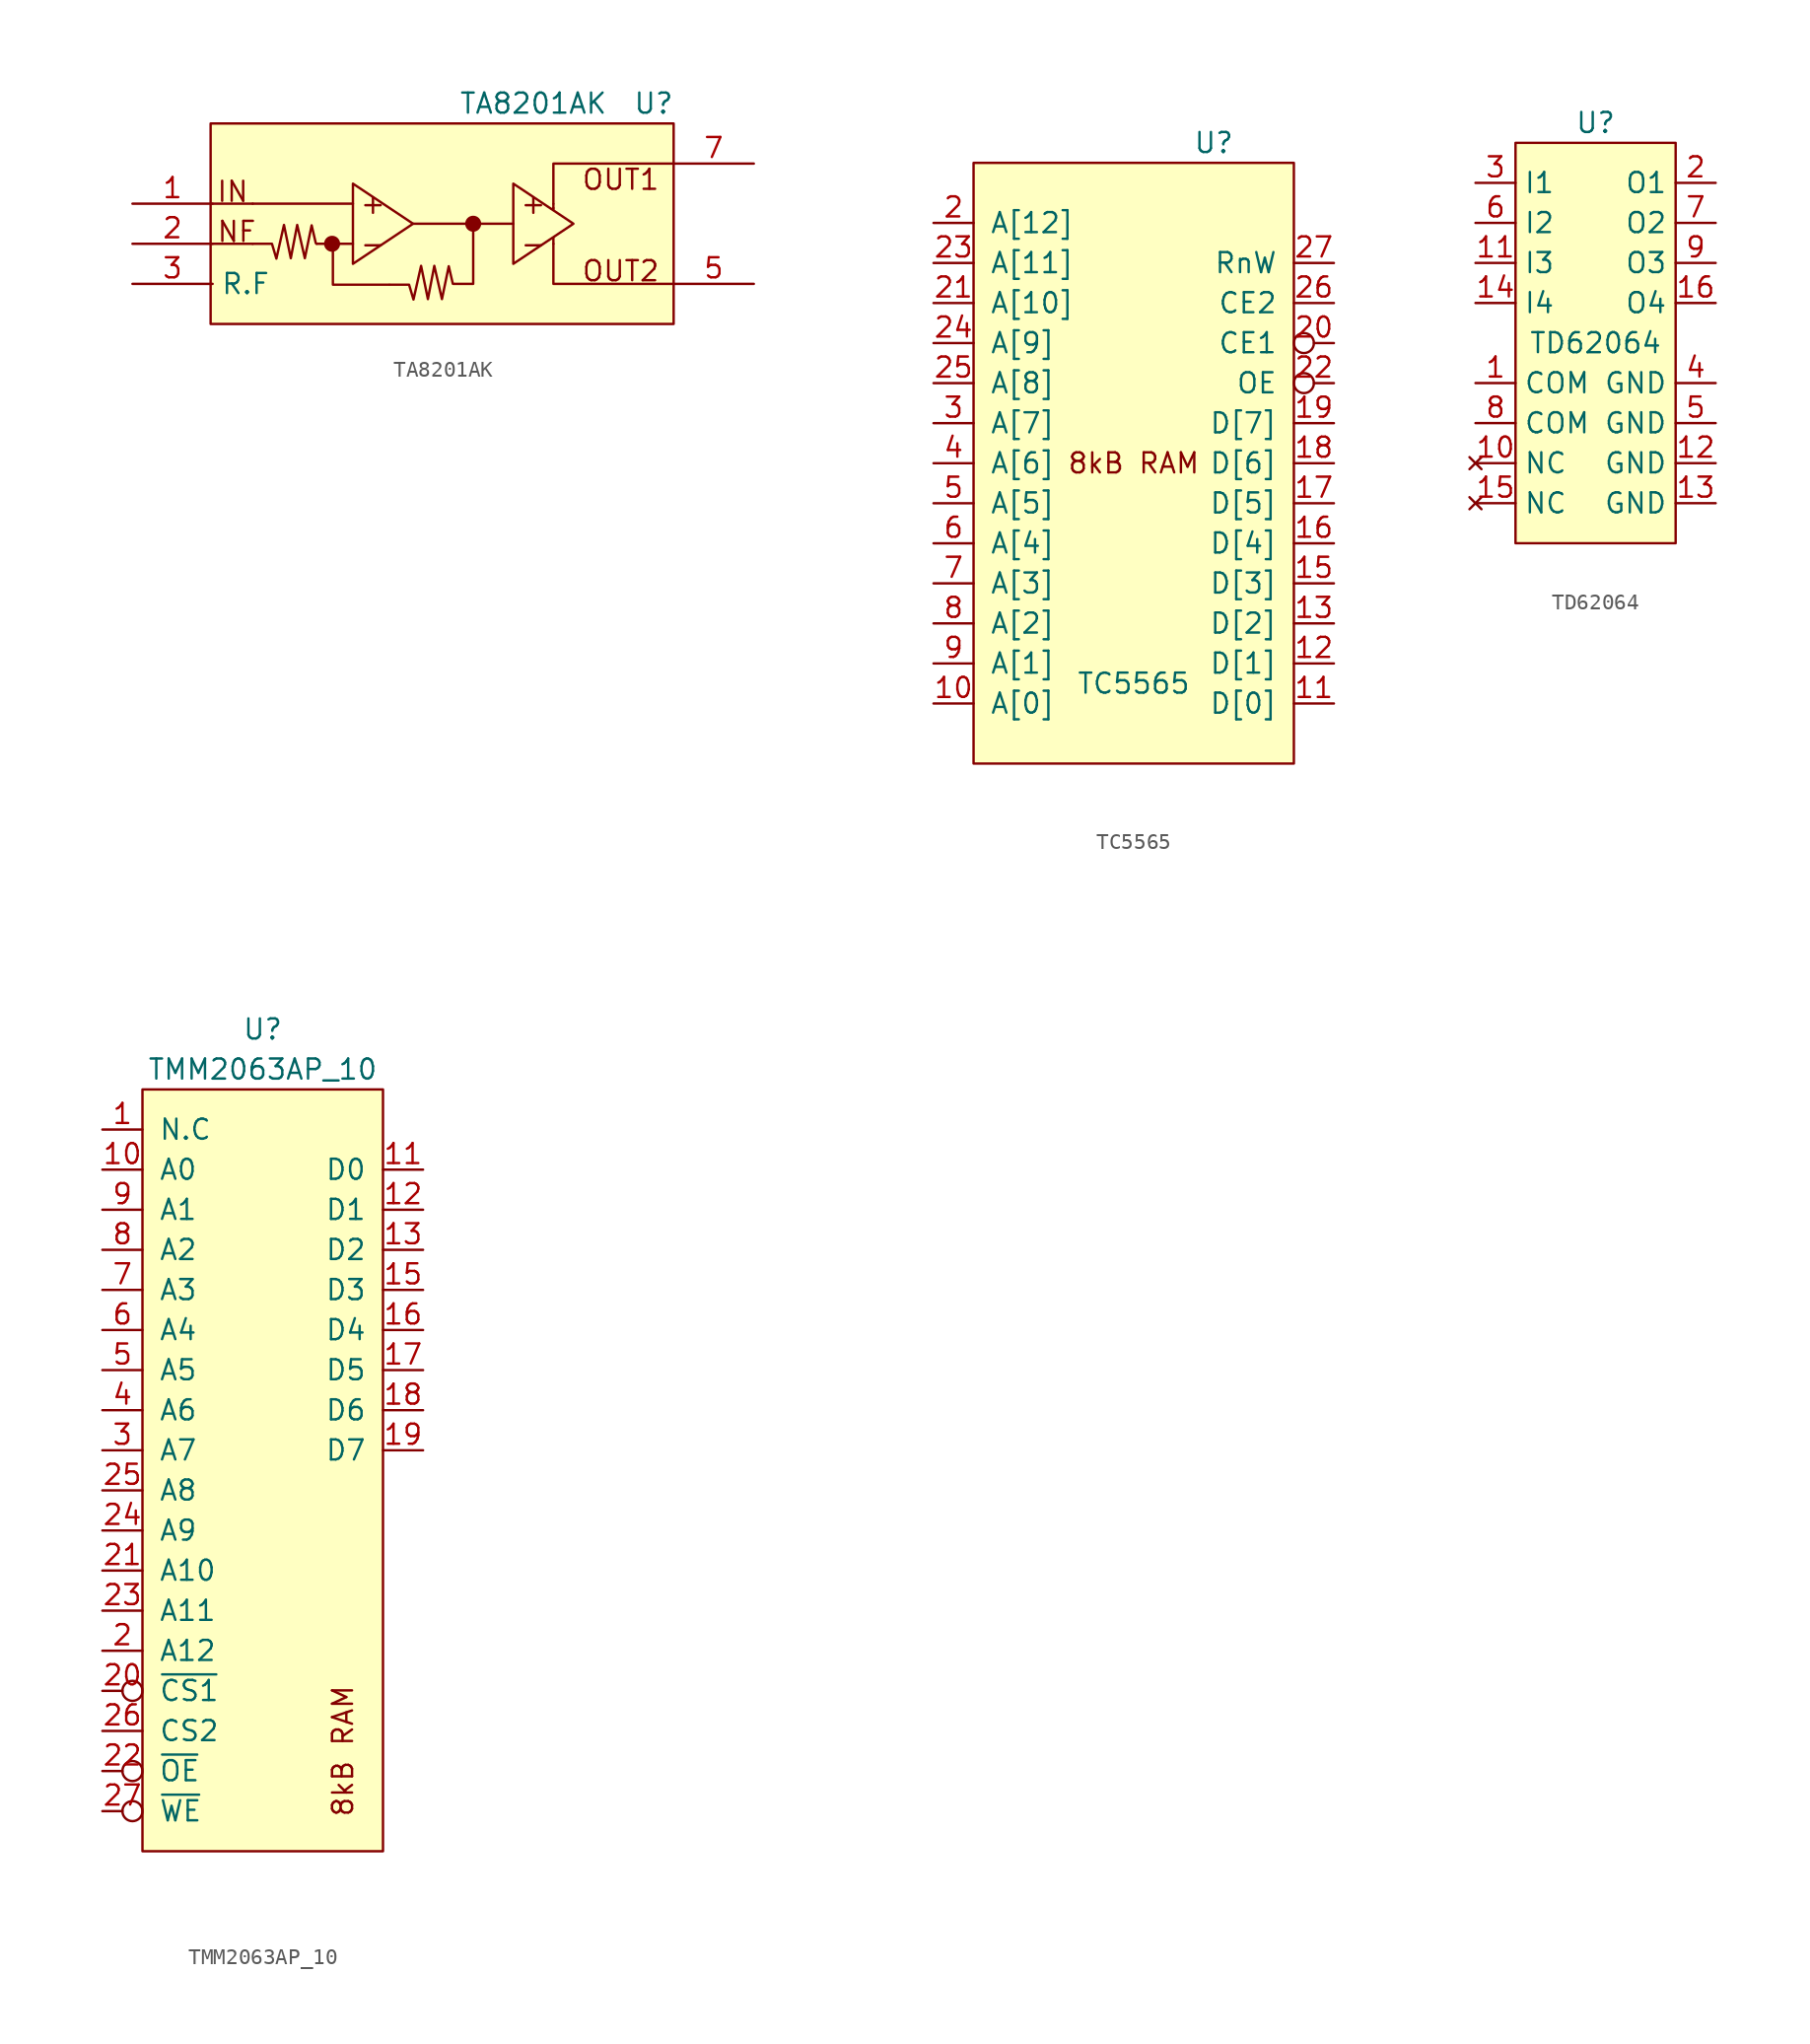
<source format=kicad_sym>
(kicad_symbol_lib
  (version 20211014)
  (generator kicad_symbol_editor)
  (symbol "TA8201AK"
    (property "Reference" "U"
      (at 13.97 7.62 0)
      (effects (font (size 1.27 1.27))))
    (property "Value" "TA8201AK"
      (at 6.35 7.62 0)
      (effects (font (size 1.27 1.27))))
    (symbol "TA8201AK_0_0"
      (circle (center -6.401 -1.27) (radius 0.0001) (stroke (width 0.508) (type default) (color 0 0 0 0)) (fill (type none)))
      (polyline (pts (xy -13.97 -1.27) (xy -11.43 -1.27)) (stroke (width 0.152) (type default) (color 0 0 0 0)) (fill (type none)))
      (polyline (pts (xy -7.391 -1.27) (xy -7.417 -1.245)) (stroke (width 0.152) (type default) (color 0 0 0 0)) (fill (type none)))
      (polyline (pts (xy -6.35 -1.27) (xy -7.366 -1.27)) (stroke (width 0.152) (type default) (color 0 0 0 0)) (fill (type none)))
      (polyline (pts (xy -5.08 -1.27) (xy -6.35 -1.27)) (stroke (width 0.152) (type default) (color 0 0 0 0)) (fill (type none)))
      (polyline (pts (xy 7.62 -1.27) (xy 7.62 -0.889)) (stroke (width 0.152) (type default) (color 0 0 0 0)) (fill (type none)))
      (polyline (pts (xy 7.62 0.991) (xy 7.62 0.889)) (stroke (width 0) (type default) (color 0 0 0 0)) (fill (type none)))
      (polyline (pts (xy 7.62 1.245) (xy 7.62 0.991)) (stroke (width 0) (type default) (color 0 0 0 0)) (fill (type none)))
      (polyline (pts (xy -6.35 -1.219) (xy -6.35 -3.861) (xy -2.794 -3.861)) (stroke (width 0.152) (type default) (color 0 0 0 0)) (fill (type none)))
      (polyline (pts (xy 2.54 0) (xy 2.54 -3.81) (xy 1.27 -3.81)) (stroke (width 0.152) (type default) (color 0 0 0 0)) (fill (type none)))
      (polyline (pts (xy 7.62 -1.27) (xy 7.62 -3.81) (xy 15.24 -3.81)) (stroke (width 0.152) (type default) (color 0 0 0 0)) (fill (type none)))
      (polyline (pts (xy 7.62 1.27) (xy 7.62 3.81) (xy 15.24 3.81)) (stroke (width 0.152) (type default) (color 0 0 0 0)) (fill (type none)))
      (polyline (pts (xy -11.43 -1.27) (xy -10.211 -1.27) (xy -9.931 -2.21) (xy -9.449 -0.076) (xy -9.017 -2.184) (xy -8.611 -0.076) (xy -8.128 -2.184) (xy -7.696 -0.102) (xy -7.442 -1.194)) (stroke (width 0) (type default) (color 0 0 0 0)) (fill (type none)))
      (polyline (pts (xy -2.743 -3.861) (xy -1.524 -3.861) (xy -1.245 -4.801) (xy -0.762 -2.667) (xy -0.33 -4.775) (xy 0.076 -2.667) (xy 0.559 -4.775) (xy 0.991 -2.692) (xy 1.245 -3.785)) (stroke (width 0) (type default) (color 0 0 0 0)) (fill (type none)))
      (circle (center 2.54 0) (radius 0.0001) (stroke (width 0.508) (type default) (color 0 0 0 0)) (fill (type none)))
      (text "+" (at -3.81 1.27 0) (effects (font (size 1.27 1.27))))
      (text "+" (at 6.35 1.27 0) (effects (font (size 1.27 1.27))))
      (text "-" (at -3.81 -1.27 0) (effects (font (size 1.27 1.27))))
      (text "-" (at 6.35 -1.27 0) (effects (font (size 1.27 1.27))))
      (text "IN" (at -12.7 2.032 0) (effects (font (size 1.27 1.27))))
      (text "NF" (at -12.446 -0.508 0) (effects (font (size 1.27 1.27))))
      (text "OUT1" (at 11.887 2.794 0) (effects (font (size 1.27 1.27))))
      (text "OUT2" (at 11.887 -2.997 0) (effects (font (size 1.27 1.27)))))
    (symbol "TA8201AK_0_1"
      (rectangle (start -14.097 6.35) (end 15.24 -6.35) (stroke (width 0) (type default) (color 0 0 0 0)) (fill (type background)))
      (polyline (pts (xy -11.43 1.27) (xy -13.97 1.27)) (stroke (width 0) (type default) (color 0 0 0 0)) (fill (type none)))
      (polyline (pts (xy -11.43 1.27) (xy -5.08 1.27)) (stroke (width 0) (type default) (color 0 0 0 0)) (fill (type none)))
      (polyline (pts (xy -1.27 0) (xy 5.08 0)) (stroke (width 0) (type default) (color 0 0 0 0)) (fill (type none)))
      (polyline (pts (xy -5.08 2.54) (xy -5.08 -2.54) (xy -1.27 0) (xy -5.08 2.54)) (stroke (width 0) (type default) (color 0 0 0 0)) (fill (type none)))
      (polyline (pts (xy 5.08 2.54) (xy 5.08 -2.54) (xy 8.89 0) (xy 5.08 2.54)) (stroke (width 0) (type default) (color 0 0 0 0)) (fill (type none))))
    (symbol "TA8201AK_1_1"
      (pin input line (at -19.05 1.27 0) (length 5.08) (name "~" (effects (font (size 1.27 1.27)))) (number "1" (effects (font (size 1.27 1.27)))))
      (pin input line (at -19.05 -1.27 0) (length 5.08) (name "~" (effects (font (size 1.27 1.27)))) (number "2" (effects (font (size 1.27 1.27)))))
      (pin passive line (at -19.05 -3.81 0) (length 5.08) (name "R.F" (effects (font (size 1.27 1.27)))) (number "3" (effects (font (size 1.27 1.27)))))
      (pin power_in line (at 0 -6.35 90) (length 2.54) hide (name "VSS" (effects (font (size 1.27 1.27)))) (number "4" (effects (font (size 1.27 1.27)))))
      (pin output line (at 20.32 -3.81 180) (length 5.08) (name "~" (effects (font (size 1.27 1.27)))) (number "5" (effects (font (size 1.27 1.27)))))
      (pin power_in line (at 0 6.35 270) (length 2.54) hide (name "VCC" (effects (font (size 1.27 1.27)))) (number "6" (effects (font (size 1.27 1.27)))))
      (pin output line (at 20.32 3.81 180) (length 5.08) (name "~" (effects (font (size 1.27 1.27)))) (number "7" (effects (font (size 1.27 1.27)))))))
  (symbol "TC5565"
    (pin_names
      (offset 1.016))
    (property "Reference" "U"
      (at 5.08 20.32 0)
      (effects (font (size 1.27 1.27))))
    (property "Value" "TC5565"
      (at 0 -13.97 0)
      (effects (font (size 1.27 1.27))))
    (symbol "TC5565_0_0"
      (text "8kB RAM" (at 0 0 0) (effects (font (size 1.27 1.27)))))
    (symbol "TC5565_0_1"
      (rectangle (start -10.16 19.05) (end 10.16 -19.05) (stroke (width 0) (type default) (color 0 0 0 0)) (fill (type background))))
    (symbol "TC5565_1_1"
      (pin input line (at -12.7 -15.24 0) (length 2.54) (name "A[0]" (effects (font (size 1.27 1.27)))) (number "10" (effects (font (size 1.27 1.27)))))
      (pin bidirectional line (at 12.7 -15.24 180) (length 2.54) (name "D[0]" (effects (font (size 1.27 1.27)))) (number "11" (effects (font (size 1.27 1.27)))))
      (pin bidirectional line (at 12.7 -12.7 180) (length 2.54) (name "D[1]" (effects (font (size 1.27 1.27)))) (number "12" (effects (font (size 1.27 1.27)))))
      (pin bidirectional line (at 12.7 -10.16 180) (length 2.54) (name "D[2]" (effects (font (size 1.27 1.27)))) (number "13" (effects (font (size 1.27 1.27)))))
      (pin bidirectional line (at 12.7 -7.62 180) (length 2.54) (name "D[3]" (effects (font (size 1.27 1.27)))) (number "15" (effects (font (size 1.27 1.27)))))
      (pin bidirectional line (at 12.7 -5.08 180) (length 2.54) (name "D[4]" (effects (font (size 1.27 1.27)))) (number "16" (effects (font (size 1.27 1.27)))))
      (pin bidirectional line (at 12.7 -2.54 180) (length 2.54) (name "D[5]" (effects (font (size 1.27 1.27)))) (number "17" (effects (font (size 1.27 1.27)))))
      (pin bidirectional line (at 12.7 0 180) (length 2.54) (name "D[6]" (effects (font (size 1.27 1.27)))) (number "18" (effects (font (size 1.27 1.27)))))
      (pin bidirectional line (at 12.7 2.54 180) (length 2.54) (name "D[7]" (effects (font (size 1.27 1.27)))) (number "19" (effects (font (size 1.27 1.27)))))
      (pin input line (at -12.7 15.24 0) (length 2.54) (name "A[12]" (effects (font (size 1.27 1.27)))) (number "2" (effects (font (size 1.27 1.27)))))
      (pin input inverted (at 12.7 7.62 180) (length 2.54) (name "CE1" (effects (font (size 1.27 1.27)))) (number "20" (effects (font (size 1.27 1.27)))))
      (pin input line (at -12.7 10.16 0) (length 2.54) (name "A[10]" (effects (font (size 1.27 1.27)))) (number "21" (effects (font (size 1.27 1.27)))))
      (pin input inverted (at 12.7 5.08 180) (length 2.54) (name "OE" (effects (font (size 1.27 1.27)))) (number "22" (effects (font (size 1.27 1.27)))))
      (pin input line (at -12.7 12.7 0) (length 2.54) (name "A[11]" (effects (font (size 1.27 1.27)))) (number "23" (effects (font (size 1.27 1.27)))))
      (pin input line (at -12.7 7.62 0) (length 2.54) (name "A[9]" (effects (font (size 1.27 1.27)))) (number "24" (effects (font (size 1.27 1.27)))))
      (pin input line (at -12.7 5.08 0) (length 2.54) (name "A[8]" (effects (font (size 1.27 1.27)))) (number "25" (effects (font (size 1.27 1.27)))))
      (pin input line (at 12.7 10.16 180) (length 2.54) (name "CE2" (effects (font (size 1.27 1.27)))) (number "26" (effects (font (size 1.27 1.27)))))
      (pin input line (at 12.7 12.7 180) (length 2.54) (name "RnW" (effects (font (size 1.27 1.27)))) (number "27" (effects (font (size 1.27 1.27)))))
      (pin input line (at -12.7 2.54 0) (length 2.54) (name "A[7]" (effects (font (size 1.27 1.27)))) (number "3" (effects (font (size 1.27 1.27)))))
      (pin input line (at -12.7 0 0) (length 2.54) (name "A[6]" (effects (font (size 1.27 1.27)))) (number "4" (effects (font (size 1.27 1.27)))))
      (pin input line (at -12.7 -2.54 0) (length 2.54) (name "A[5]" (effects (font (size 1.27 1.27)))) (number "5" (effects (font (size 1.27 1.27)))))
      (pin input line (at -12.7 -5.08 0) (length 2.54) (name "A[4]" (effects (font (size 1.27 1.27)))) (number "6" (effects (font (size 1.27 1.27)))))
      (pin input line (at -12.7 -7.62 0) (length 2.54) (name "A[3]" (effects (font (size 1.27 1.27)))) (number "7" (effects (font (size 1.27 1.27)))))
      (pin input line (at -12.7 -10.16 0) (length 2.54) (name "A[2]" (effects (font (size 1.27 1.27)))) (number "8" (effects (font (size 1.27 1.27)))))
      (pin input line (at -12.7 -12.7 0) (length 2.54) (name "A[1]" (effects (font (size 1.27 1.27)))) (number "9" (effects (font (size 1.27 1.27)))))))
  (symbol "TD62064"
    (property "Reference" "U"
      (at 0 13.97 0)
      (effects (font (size 1.27 1.27))))
    (property "Value" "TD62064"
      (at 0 0 0)
      (effects (font (size 1.27 1.27))))
    (symbol "TD62064_0_1"
      (rectangle (start -5.08 12.7) (end 5.08 -12.7) (stroke (width 0) (type default) (color 0 0 0 0)) (fill (type background))))
    (symbol "TD62064_1_1"
      (pin power_in line (at -7.62 -2.54 0) (length 2.54) (name "COM" (effects (font (size 1.27 1.27)))) (number "1" (effects (font (size 1.27 1.27)))))
      (pin no_connect line (at -7.62 -7.62 0) (length 2.54) (name "NC" (effects (font (size 1.27 1.27)))) (number "10" (effects (font (size 1.27 1.27)))))
      (pin input line (at -7.62 5.08 0) (length 2.54) (name "I3" (effects (font (size 1.27 1.27)))) (number "11" (effects (font (size 1.27 1.27)))))
      (pin power_in line (at 7.62 -7.62 180) (length 2.54) (name "GND" (effects (font (size 1.27 1.27)))) (number "12" (effects (font (size 1.27 1.27)))))
      (pin power_in line (at 7.62 -10.16 180) (length 2.54) (name "GND" (effects (font (size 1.27 1.27)))) (number "13" (effects (font (size 1.27 1.27)))))
      (pin input line (at -7.62 2.54 0) (length 2.54) (name "I4" (effects (font (size 1.27 1.27)))) (number "14" (effects (font (size 1.27 1.27)))))
      (pin no_connect line (at -7.62 -10.16 0) (length 2.54) (name "NC" (effects (font (size 1.27 1.27)))) (number "15" (effects (font (size 1.27 1.27)))))
      (pin open_collector line (at 7.62 2.54 180) (length 2.54) (name "O4" (effects (font (size 1.27 1.27)))) (number "16" (effects (font (size 1.27 1.27)))))
      (pin open_collector line (at 7.62 10.16 180) (length 2.54) (name "O1" (effects (font (size 1.27 1.27)))) (number "2" (effects (font (size 1.27 1.27)))))
      (pin input line (at -7.62 10.16 0) (length 2.54) (name "I1" (effects (font (size 1.27 1.27)))) (number "3" (effects (font (size 1.27 1.27)))))
      (pin power_in line (at 7.62 -2.54 180) (length 2.54) (name "GND" (effects (font (size 1.27 1.27)))) (number "4" (effects (font (size 1.27 1.27)))))
      (pin power_in line (at 7.62 -5.08 180) (length 2.54) (name "GND" (effects (font (size 1.27 1.27)))) (number "5" (effects (font (size 1.27 1.27)))))
      (pin input line (at -7.62 7.62 0) (length 2.54) (name "I2" (effects (font (size 1.27 1.27)))) (number "6" (effects (font (size 1.27 1.27)))))
      (pin open_collector line (at 7.62 7.62 180) (length 2.54) (name "O2" (effects (font (size 1.27 1.27)))) (number "7" (effects (font (size 1.27 1.27)))))
      (pin power_in line (at -7.62 -5.08 0) (length 2.54) (name "COM" (effects (font (size 1.27 1.27)))) (number "8" (effects (font (size 1.27 1.27)))))
      (pin open_collector line (at 7.62 5.08 180) (length 2.54) (name "O3" (effects (font (size 1.27 1.27)))) (number "9" (effects (font (size 1.27 1.27)))))))
  (symbol "TMM2063AP_10"
    (pin_names
      (offset 1.016))
    (property "Reference" "U"
      (at 0 16.51 0)
      (effects (font (size 1.27 1.27))))
    (property "Value" "TMM2063AP_10"
      (at 0 13.97 0)
      (effects (font (size 1.27 1.27))))
    (symbol "TMM2063AP_10_0_1"
      (rectangle (start -7.62 12.7) (end 7.62 -35.56) (stroke (width 0) (type default) (color 0 0 0 0)) (fill (type background))))
    (symbol "TMM2063AP_10_1_1"
      (text "8kB RAM" (at 5.08 -29.21 900) (effects (font (size 1.27 1.27))))
      (pin input line (at -10.16 10.16 0) (length 2.54) (name "N.C" (effects (font (size 1.27 1.27)))) (number "1" (effects (font (size 1.27 1.27)))))
      (pin input line (at -10.16 7.62 0) (length 2.54) (name "A0" (effects (font (size 1.27 1.27)))) (number "10" (effects (font (size 1.27 1.27)))))
      (pin bidirectional line (at 10.16 7.62 180) (length 2.54) (name "D0" (effects (font (size 1.27 1.27)))) (number "11" (effects (font (size 1.27 1.27)))))
      (pin bidirectional line (at 10.16 5.08 180) (length 2.54) (name "D1" (effects (font (size 1.27 1.27)))) (number "12" (effects (font (size 1.27 1.27)))))
      (pin bidirectional line (at 10.16 2.54 180) (length 2.54) (name "D2" (effects (font (size 1.27 1.27)))) (number "13" (effects (font (size 1.27 1.27)))))
      (pin power_in line (at 0 -35.56 90) (length 2.54) hide (name "GND" (effects (font (size 1.27 1.27)))) (number "14" (effects (font (size 1.27 1.27)))))
      (pin bidirectional line (at 10.16 0 180) (length 2.54) (name "D3" (effects (font (size 1.27 1.27)))) (number "15" (effects (font (size 1.27 1.27)))))
      (pin bidirectional line (at 10.16 -2.54 180) (length 2.54) (name "D4" (effects (font (size 1.27 1.27)))) (number "16" (effects (font (size 1.27 1.27)))))
      (pin bidirectional line (at 10.16 -5.08 180) (length 2.54) (name "D5" (effects (font (size 1.27 1.27)))) (number "17" (effects (font (size 1.27 1.27)))))
      (pin bidirectional line (at 10.16 -7.62 180) (length 2.54) (name "D6" (effects (font (size 1.27 1.27)))) (number "18" (effects (font (size 1.27 1.27)))))
      (pin bidirectional line (at 10.16 -10.16 180) (length 2.54) (name "D7" (effects (font (size 1.27 1.27)))) (number "19" (effects (font (size 1.27 1.27)))))
      (pin input line (at -10.16 -22.86 0) (length 2.54) (name "A12" (effects (font (size 1.27 1.27)))) (number "2" (effects (font (size 1.27 1.27)))))
      (pin input inverted (at -10.16 -25.4 0) (length 2.54) (name "~{CS1}" (effects (font (size 1.27 1.27)))) (number "20" (effects (font (size 1.27 1.27)))))
      (pin input line (at -10.16 -17.78 0) (length 2.54) (name "A10" (effects (font (size 1.27 1.27)))) (number "21" (effects (font (size 1.27 1.27)))))
      (pin input inverted (at -10.16 -30.48 0) (length 2.54) (name "~{OE}" (effects (font (size 1.27 1.27)))) (number "22" (effects (font (size 1.27 1.27)))))
      (pin input line (at -10.16 -20.32 0) (length 2.54) (name "A11" (effects (font (size 1.27 1.27)))) (number "23" (effects (font (size 1.27 1.27)))))
      (pin input line (at -10.16 -15.24 0) (length 2.54) (name "A9" (effects (font (size 1.27 1.27)))) (number "24" (effects (font (size 1.27 1.27)))))
      (pin input line (at -10.16 -12.7 0) (length 2.54) (name "A8" (effects (font (size 1.27 1.27)))) (number "25" (effects (font (size 1.27 1.27)))))
      (pin input line (at -10.16 -27.94 0) (length 2.54) (name "CS2" (effects (font (size 1.27 1.27)))) (number "26" (effects (font (size 1.27 1.27)))))
      (pin input inverted (at -10.16 -33.02 0) (length 2.54) (name "~{WE}" (effects (font (size 1.27 1.27)))) (number "27" (effects (font (size 1.27 1.27)))))
      (pin power_in line (at 0 15.24 270) (length 2.54) hide (name "VCC" (effects (font (size 1.27 1.27)))) (number "28" (effects (font (size 1.27 1.27)))))
      (pin input line (at -10.16 -10.16 0) (length 2.54) (name "A7" (effects (font (size 1.27 1.27)))) (number "3" (effects (font (size 1.27 1.27)))))
      (pin input line (at -10.16 -7.62 0) (length 2.54) (name "A6" (effects (font (size 1.27 1.27)))) (number "4" (effects (font (size 1.27 1.27)))))
      (pin input line (at -10.16 -5.08 0) (length 2.54) (name "A5" (effects (font (size 1.27 1.27)))) (number "5" (effects (font (size 1.27 1.27)))))
      (pin input line (at -10.16 -2.54 0) (length 2.54) (name "A4" (effects (font (size 1.27 1.27)))) (number "6" (effects (font (size 1.27 1.27)))))
      (pin input line (at -10.16 0 0) (length 2.54) (name "A3" (effects (font (size 1.27 1.27)))) (number "7" (effects (font (size 1.27 1.27)))))
      (pin input line (at -10.16 2.54 0) (length 2.54) (name "A2" (effects (font (size 1.27 1.27)))) (number "8" (effects (font (size 1.27 1.27)))))
      (pin input line (at -10.16 5.08 0) (length 2.54) (name "A1" (effects (font (size 1.27 1.27)))) (number "9" (effects (font (size 1.27 1.27))))))))
</source>
